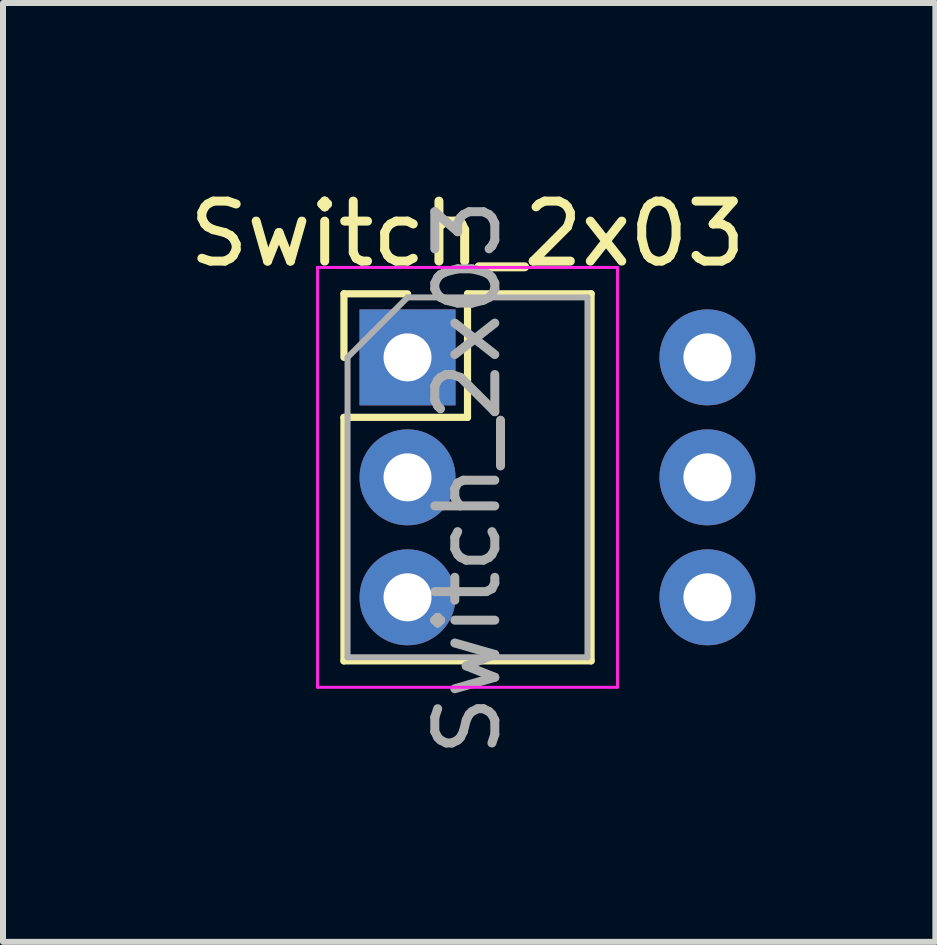
<source format=kicad_pcb>
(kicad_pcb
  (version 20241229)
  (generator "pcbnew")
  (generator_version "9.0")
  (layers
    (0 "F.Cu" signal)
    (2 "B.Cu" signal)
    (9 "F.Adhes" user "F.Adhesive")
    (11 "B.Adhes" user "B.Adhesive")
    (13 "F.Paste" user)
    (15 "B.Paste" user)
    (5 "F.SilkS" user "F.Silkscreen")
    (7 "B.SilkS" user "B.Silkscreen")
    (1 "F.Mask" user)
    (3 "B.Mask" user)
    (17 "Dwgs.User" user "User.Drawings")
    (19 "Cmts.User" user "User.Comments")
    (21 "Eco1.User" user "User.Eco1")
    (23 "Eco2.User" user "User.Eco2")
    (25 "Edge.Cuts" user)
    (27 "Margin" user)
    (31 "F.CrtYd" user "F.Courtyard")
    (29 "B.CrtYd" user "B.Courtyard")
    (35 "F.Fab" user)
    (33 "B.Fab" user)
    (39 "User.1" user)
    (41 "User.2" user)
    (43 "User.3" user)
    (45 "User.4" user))
  (footprint "Switch_2x03"
    (layer "F.Cu")
    (at 3.744 2.908)
    (property "Reference" "Switch_2x03" (at 1 -2.06 0) (layer "F.SilkS") (effects (font (size 1 1) (thickness 0.15))))
    (attr through_hole)
    (fp_line (start -1.06 -1.06) (end 0 -1.06) (stroke (width 0.12) (type solid)) (layer "F.SilkS"))
    (fp_line (start -1.06 0) (end -1.06 -1.06) (stroke (width 0.12) (type solid)) (layer "F.SilkS"))
    (fp_line (start -1.06 1) (end -1.06 5.06) (stroke (width 0.12) (type solid)) (layer "F.SilkS"))
    (fp_line (start -1.06 1) (end 1 1) (stroke (width 0.12) (type solid)) (layer "F.SilkS"))
    (fp_line (start -1.06 5.06) (end 3.06 5.06) (stroke (width 0.12) (type solid)) (layer "F.SilkS"))
    (fp_line (start 1 -1.06) (end 3.06 -1.06) (stroke (width 0.12) (type solid)) (layer "F.SilkS"))
    (fp_line (start 1 1) (end 1 -1.06) (stroke (width 0.12) (type solid)) (layer "F.SilkS"))
    (fp_line (start 3.06 -1.06) (end 3.06 5.06) (stroke (width 0.12) (type solid)) (layer "F.SilkS"))
    (fp_line (start -1.5 -1.5) (end -1.5 5.5) (stroke (width 0.05) (type solid)) (layer "F.CrtYd"))
    (fp_line (start -1.5 5.5) (end 3.5 5.5) (stroke (width 0.05) (type solid)) (layer "F.CrtYd"))
    (fp_line (start 3.5 -1.5) (end -1.5 -1.5) (stroke (width 0.05) (type solid)) (layer "F.CrtYd"))
    (fp_line (start 3.5 5.5) (end 3.5 -1.5) (stroke (width 0.05) (type solid)) (layer "F.CrtYd"))
    (fp_line (start -1 0) (end 0 -1) (stroke (width 0.1) (type solid)) (layer "F.Fab"))
    (fp_line (start -1 5) (end -1 0) (stroke (width 0.1) (type solid)) (layer "F.Fab"))
    (fp_line (start 0 -1) (end 3 -1) (stroke (width 0.1) (type solid)) (layer "F.Fab"))
    (fp_line (start 3 -1) (end 3 5) (stroke (width 0.1) (type solid)) (layer "F.Fab"))
    (fp_line (start 3 5) (end -1 5) (stroke (width 0.1) (type solid)) (layer "F.Fab"))
    (fp_text user "${REFERENCE}" (at 1 2 90) (layer "F.Fab") (effects (font (size 1 1) (thickness 0.15))))
    (pad "1" thru_hole rect (at 0 0) (size 1.6 1.6) (drill 0.8) (layers "*.Cu" "*.Mask"))
    (pad "2" thru_hole oval (at 0 2) (size 1.6 1.6) (drill 0.8) (layers "*.Cu" "*.Mask"))
    (pad "3" thru_hole oval (at 0 4) (size 1.6 1.6) (drill 0.8) (layers "*.Cu" "*.Mask"))
    (pad "4" thru_hole oval (at 5 0) (size 1.6 1.6) (drill 0.8) (layers "*.Cu" "*.Mask"))
    (pad "5" thru_hole oval (at 5 2) (size 1.6 1.6) (drill 0.8) (layers "*.Cu" "*.Mask"))
    (pad "6" thru_hole oval (at 5 4) (size 1.6 1.6) (drill 0.8) (layers "*.Cu" "*.Mask")))
  (gr_rect
    (start -3 -3)
    (end 12.544 12.652)
    (stroke (width 0.1) (type default))
    (fill no)
    (layer "Edge.Cuts")))
</source>
